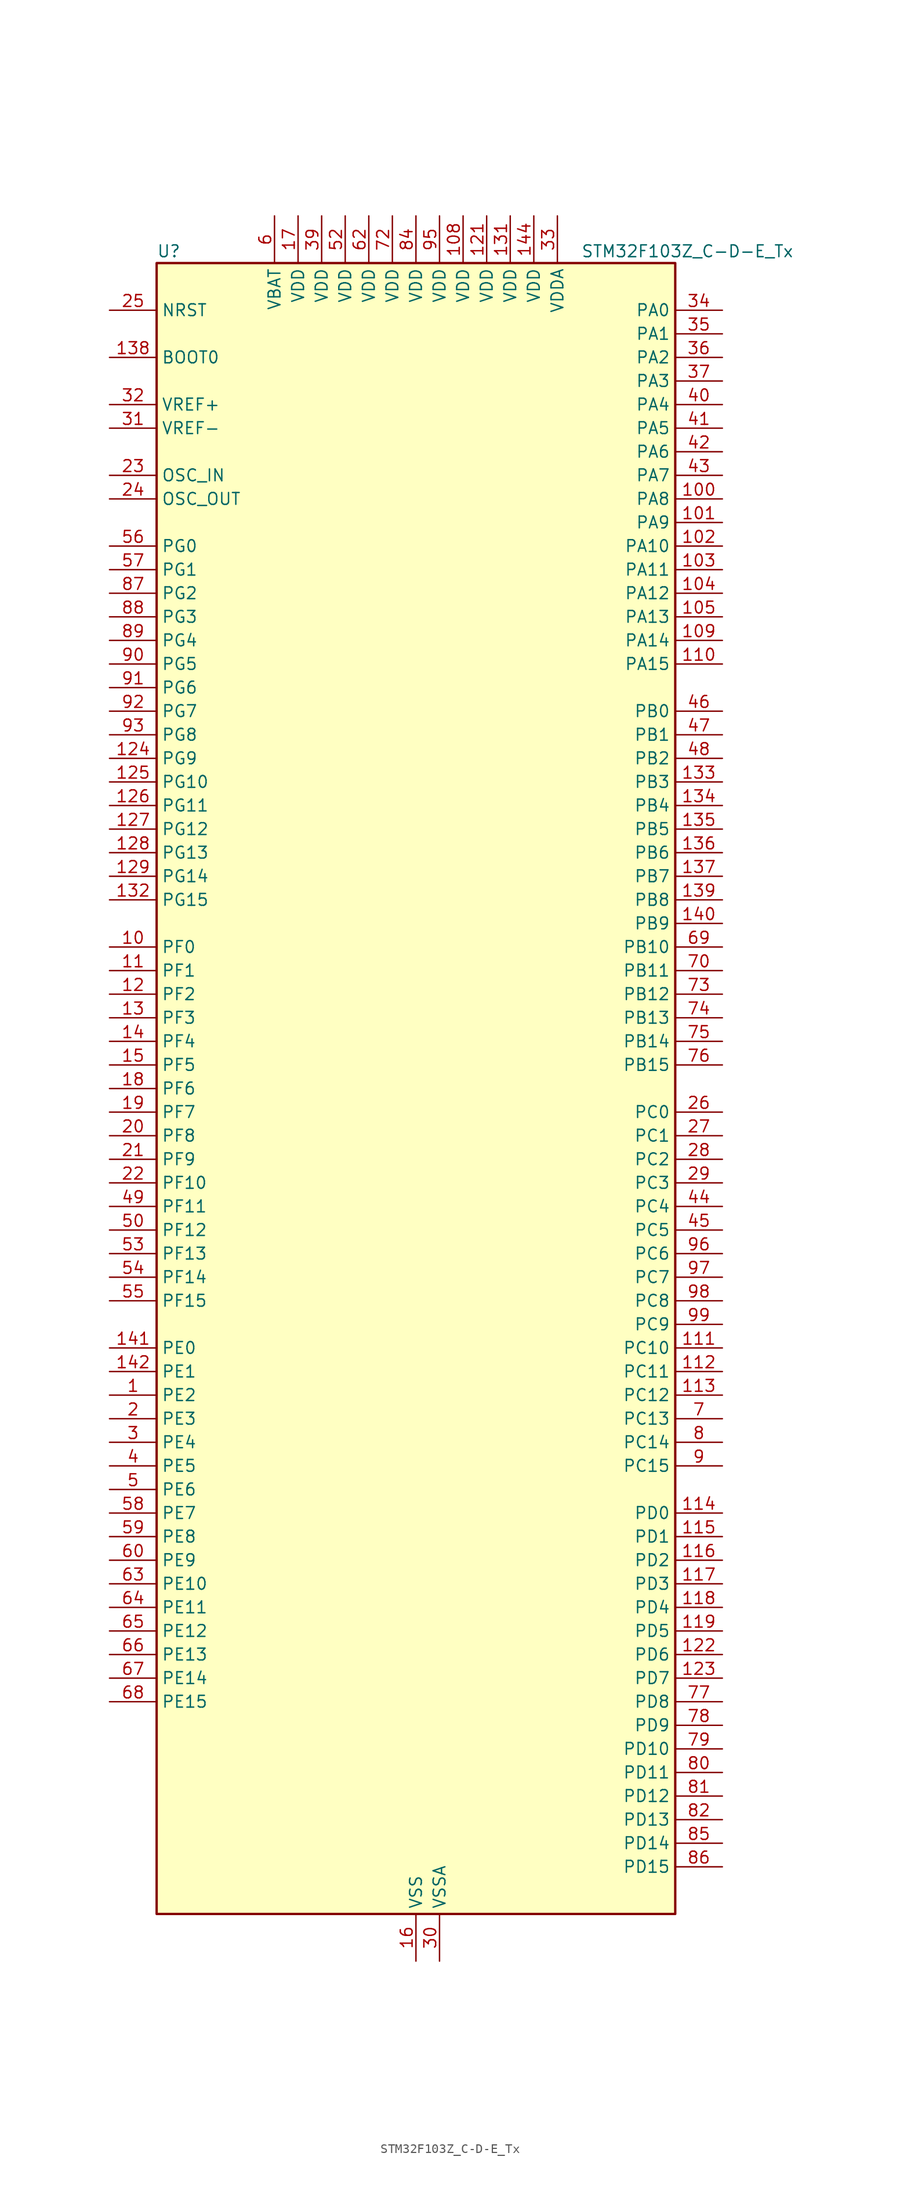
<source format=kicad_sym>
(kicad_symbol_lib
  (version 20241209)
  (generator "kicad_symbol_editor")
  (generator_version "9.0")
  (symbol "STM32F103Z_C-D-E_Tx"
    (property "Reference" "U"
      (at -27.94 90.17 0)
      (effects (font (size 1.27 1.27)) (justify left)))
    (property "Value" "STM32F103Z_C-D-E_Tx"
      (at 17.78 90.17 0)
      (effects (font (size 1.27 1.27)) (justify left)))
    (symbol "STM32F103Z_C-D-E_Tx_0_1"
      (rectangle (start -27.94 -88.9) (end 27.94 88.9) (stroke (width 0.254) (type default)) (fill (type background))))
    (symbol "STM32F103Z_C-D-E_Tx_1_1"
      (pin input line (at -33.02 83.82 0) (length 5.08) (name "NRST" (effects (font (size 1.27 1.27)))) (number "25" (effects (font (size 1.27 1.27)))))
      (pin input line (at -33.02 78.74 0) (length 5.08) (name "BOOT0" (effects (font (size 1.27 1.27)))) (number "138" (effects (font (size 1.27 1.27)))))
      (pin input line (at -33.02 73.66 0) (length 5.08) (name "VREF+" (effects (font (size 1.27 1.27)))) (number "32" (effects (font (size 1.27 1.27)))))
      (pin input line (at -33.02 71.12 0) (length 5.08) (name "VREF-" (effects (font (size 1.27 1.27)))) (number "31" (effects (font (size 1.27 1.27)))))
      (pin input line (at -33.02 66.04 0) (length 5.08) (name "OSC_IN" (effects (font (size 1.27 1.27)))) (number "23" (effects (font (size 1.27 1.27)))) (alternate "RCC_OSC_IN" bidirectional line))
      (pin input line (at -33.02 63.5 0) (length 5.08) (name "OSC_OUT" (effects (font (size 1.27 1.27)))) (number "24" (effects (font (size 1.27 1.27)))) (alternate "RCC_OSC_OUT" bidirectional line))
      (pin bidirectional line (at -33.02 58.42 0) (length 5.08) (name "PG0" (effects (font (size 1.27 1.27)))) (number "56" (effects (font (size 1.27 1.27)))) (alternate "FSMC_A10" bidirectional line))
      (pin bidirectional line (at -33.02 55.88 0) (length 5.08) (name "PG1" (effects (font (size 1.27 1.27)))) (number "57" (effects (font (size 1.27 1.27)))) (alternate "FSMC_A11" bidirectional line))
      (pin bidirectional line (at -33.02 53.34 0) (length 5.08) (name "PG2" (effects (font (size 1.27 1.27)))) (number "87" (effects (font (size 1.27 1.27)))) (alternate "FSMC_A12" bidirectional line))
      (pin bidirectional line (at -33.02 50.8 0) (length 5.08) (name "PG3" (effects (font (size 1.27 1.27)))) (number "88" (effects (font (size 1.27 1.27)))) (alternate "FSMC_A13" bidirectional line))
      (pin bidirectional line (at -33.02 48.26 0) (length 5.08) (name "PG4" (effects (font (size 1.27 1.27)))) (number "89" (effects (font (size 1.27 1.27)))) (alternate "FSMC_A14" bidirectional line))
      (pin bidirectional line (at -33.02 45.72 0) (length 5.08) (name "PG5" (effects (font (size 1.27 1.27)))) (number "90" (effects (font (size 1.27 1.27)))) (alternate "FSMC_A15" bidirectional line))
      (pin bidirectional line (at -33.02 43.18 0) (length 5.08) (name "PG6" (effects (font (size 1.27 1.27)))) (number "91" (effects (font (size 1.27 1.27)))) (alternate "FSMC_INT2" bidirectional line))
      (pin bidirectional line (at -33.02 40.64 0) (length 5.08) (name "PG7" (effects (font (size 1.27 1.27)))) (number "92" (effects (font (size 1.27 1.27)))) (alternate "FSMC_INT3" bidirectional line))
      (pin bidirectional line (at -33.02 38.1 0) (length 5.08) (name "PG8" (effects (font (size 1.27 1.27)))) (number "93" (effects (font (size 1.27 1.27)))))
      (pin bidirectional line (at -33.02 35.56 0) (length 5.08) (name "PG9" (effects (font (size 1.27 1.27)))) (number "124" (effects (font (size 1.27 1.27)))) (alternate "DAC_EXTI9" bidirectional line) (alternate "FSMC_NCE3" bidirectional line) (alternate "FSMC_NE2" bidirectional line))
      (pin bidirectional line (at -33.02 33.02 0) (length 5.08) (name "PG10" (effects (font (size 1.27 1.27)))) (number "125" (effects (font (size 1.27 1.27)))) (alternate "FSMC_NCE4_1" bidirectional line) (alternate "FSMC_NE3" bidirectional line))
      (pin bidirectional line (at -33.02 30.48 0) (length 5.08) (name "PG11" (effects (font (size 1.27 1.27)))) (number "126" (effects (font (size 1.27 1.27)))) (alternate "ADC1_EXTI11" bidirectional line) (alternate "ADC2_EXTI11" bidirectional line) (alternate "FSMC_NCE4_2" bidirectional line))
      (pin bidirectional line (at -33.02 27.94 0) (length 5.08) (name "PG12" (effects (font (size 1.27 1.27)))) (number "127" (effects (font (size 1.27 1.27)))) (alternate "FSMC_NE4" bidirectional line))
      (pin bidirectional line (at -33.02 25.4 0) (length 5.08) (name "PG13" (effects (font (size 1.27 1.27)))) (number "128" (effects (font (size 1.27 1.27)))) (alternate "FSMC_A24" bidirectional line))
      (pin bidirectional line (at -33.02 22.86 0) (length 5.08) (name "PG14" (effects (font (size 1.27 1.27)))) (number "129" (effects (font (size 1.27 1.27)))) (alternate "FSMC_A25" bidirectional line))
      (pin bidirectional line (at -33.02 20.32 0) (length 5.08) (name "PG15" (effects (font (size 1.27 1.27)))) (number "132" (effects (font (size 1.27 1.27)))) (alternate "ADC1_EXTI15" bidirectional line) (alternate "ADC2_EXTI15" bidirectional line))
      (pin bidirectional line (at -33.02 15.24 0) (length 5.08) (name "PF0" (effects (font (size 1.27 1.27)))) (number "10" (effects (font (size 1.27 1.27)))) (alternate "FSMC_A0" bidirectional line))
      (pin bidirectional line (at -33.02 12.7 0) (length 5.08) (name "PF1" (effects (font (size 1.27 1.27)))) (number "11" (effects (font (size 1.27 1.27)))) (alternate "FSMC_A1" bidirectional line))
      (pin bidirectional line (at -33.02 10.16 0) (length 5.08) (name "PF2" (effects (font (size 1.27 1.27)))) (number "12" (effects (font (size 1.27 1.27)))) (alternate "FSMC_A2" bidirectional line))
      (pin bidirectional line (at -33.02 7.62 0) (length 5.08) (name "PF3" (effects (font (size 1.27 1.27)))) (number "13" (effects (font (size 1.27 1.27)))) (alternate "FSMC_A3" bidirectional line))
      (pin bidirectional line (at -33.02 5.08 0) (length 5.08) (name "PF4" (effects (font (size 1.27 1.27)))) (number "14" (effects (font (size 1.27 1.27)))) (alternate "FSMC_A4" bidirectional line))
      (pin bidirectional line (at -33.02 2.54 0) (length 5.08) (name "PF5" (effects (font (size 1.27 1.27)))) (number "15" (effects (font (size 1.27 1.27)))) (alternate "FSMC_A5" bidirectional line))
      (pin bidirectional line (at -33.02 0 0) (length 5.08) (name "PF6" (effects (font (size 1.27 1.27)))) (number "18" (effects (font (size 1.27 1.27)))) (alternate "ADC3_IN4" bidirectional line) (alternate "FSMC_NIORD" bidirectional line))
      (pin bidirectional line (at -33.02 -2.54 0) (length 5.08) (name "PF7" (effects (font (size 1.27 1.27)))) (number "19" (effects (font (size 1.27 1.27)))) (alternate "ADC3_IN5" bidirectional line) (alternate "FSMC_NREG" bidirectional line))
      (pin bidirectional line (at -33.02 -5.08 0) (length 5.08) (name "PF8" (effects (font (size 1.27 1.27)))) (number "20" (effects (font (size 1.27 1.27)))) (alternate "ADC3_IN6" bidirectional line) (alternate "FSMC_NIOWR" bidirectional line))
      (pin bidirectional line (at -33.02 -7.62 0) (length 5.08) (name "PF9" (effects (font (size 1.27 1.27)))) (number "21" (effects (font (size 1.27 1.27)))) (alternate "ADC3_IN7" bidirectional line) (alternate "DAC_EXTI9" bidirectional line) (alternate "FSMC_CD" bidirectional line))
      (pin bidirectional line (at -33.02 -10.16 0) (length 5.08) (name "PF10" (effects (font (size 1.27 1.27)))) (number "22" (effects (font (size 1.27 1.27)))) (alternate "ADC3_IN8" bidirectional line) (alternate "FSMC_INTR" bidirectional line))
      (pin bidirectional line (at -33.02 -12.7 0) (length 5.08) (name "PF11" (effects (font (size 1.27 1.27)))) (number "49" (effects (font (size 1.27 1.27)))) (alternate "ADC1_EXTI11" bidirectional line) (alternate "ADC2_EXTI11" bidirectional line) (alternate "FSMC_NIOS16" bidirectional line))
      (pin bidirectional line (at -33.02 -15.24 0) (length 5.08) (name "PF12" (effects (font (size 1.27 1.27)))) (number "50" (effects (font (size 1.27 1.27)))) (alternate "FSMC_A6" bidirectional line))
      (pin bidirectional line (at -33.02 -17.78 0) (length 5.08) (name "PF13" (effects (font (size 1.27 1.27)))) (number "53" (effects (font (size 1.27 1.27)))) (alternate "FSMC_A7" bidirectional line))
      (pin bidirectional line (at -33.02 -20.32 0) (length 5.08) (name "PF14" (effects (font (size 1.27 1.27)))) (number "54" (effects (font (size 1.27 1.27)))) (alternate "FSMC_A8" bidirectional line))
      (pin bidirectional line (at -33.02 -22.86 0) (length 5.08) (name "PF15" (effects (font (size 1.27 1.27)))) (number "55" (effects (font (size 1.27 1.27)))) (alternate "ADC1_EXTI15" bidirectional line) (alternate "ADC2_EXTI15" bidirectional line) (alternate "FSMC_A9" bidirectional line))
      (pin bidirectional line (at -33.02 -27.94 0) (length 5.08) (name "PE0" (effects (font (size 1.27 1.27)))) (number "141" (effects (font (size 1.27 1.27)))) (alternate "FSMC_NBL0" bidirectional line) (alternate "TIM4_ETR" bidirectional line))
      (pin bidirectional line (at -33.02 -30.48 0) (length 5.08) (name "PE1" (effects (font (size 1.27 1.27)))) (number "142" (effects (font (size 1.27 1.27)))) (alternate "FSMC_NBL1" bidirectional line))
      (pin bidirectional line (at -33.02 -33.02 0) (length 5.08) (name "PE2" (effects (font (size 1.27 1.27)))) (number "1" (effects (font (size 1.27 1.27)))) (alternate "FSMC_A23" bidirectional line) (alternate "SYS_TRACECLK" bidirectional line))
      (pin bidirectional line (at -33.02 -35.56 0) (length 5.08) (name "PE3" (effects (font (size 1.27 1.27)))) (number "2" (effects (font (size 1.27 1.27)))) (alternate "FSMC_A19" bidirectional line) (alternate "SYS_TRACED0" bidirectional line))
      (pin bidirectional line (at -33.02 -38.1 0) (length 5.08) (name "PE4" (effects (font (size 1.27 1.27)))) (number "3" (effects (font (size 1.27 1.27)))) (alternate "FSMC_A20" bidirectional line) (alternate "SYS_TRACED1" bidirectional line))
      (pin bidirectional line (at -33.02 -40.64 0) (length 5.08) (name "PE5" (effects (font (size 1.27 1.27)))) (number "4" (effects (font (size 1.27 1.27)))) (alternate "FSMC_A21" bidirectional line) (alternate "SYS_TRACED2" bidirectional line))
      (pin bidirectional line (at -33.02 -43.18 0) (length 5.08) (name "PE6" (effects (font (size 1.27 1.27)))) (number "5" (effects (font (size 1.27 1.27)))) (alternate "FSMC_A22" bidirectional line) (alternate "SYS_TRACED3" bidirectional line))
      (pin bidirectional line (at -33.02 -45.72 0) (length 5.08) (name "PE7" (effects (font (size 1.27 1.27)))) (number "58" (effects (font (size 1.27 1.27)))) (alternate "FSMC_D4" bidirectional line) (alternate "FSMC_DA4" bidirectional line) (alternate "TIM1_ETR" bidirectional line))
      (pin bidirectional line (at -33.02 -48.26 0) (length 5.08) (name "PE8" (effects (font (size 1.27 1.27)))) (number "59" (effects (font (size 1.27 1.27)))) (alternate "FSMC_D5" bidirectional line) (alternate "FSMC_DA5" bidirectional line) (alternate "TIM1_CH1N" bidirectional line))
      (pin bidirectional line (at -33.02 -50.8 0) (length 5.08) (name "PE9" (effects (font (size 1.27 1.27)))) (number "60" (effects (font (size 1.27 1.27)))) (alternate "DAC_EXTI9" bidirectional line) (alternate "FSMC_D6" bidirectional line) (alternate "FSMC_DA6" bidirectional line) (alternate "TIM1_CH1" bidirectional line))
      (pin bidirectional line (at -33.02 -53.34 0) (length 5.08) (name "PE10" (effects (font (size 1.27 1.27)))) (number "63" (effects (font (size 1.27 1.27)))) (alternate "FSMC_D7" bidirectional line) (alternate "FSMC_DA7" bidirectional line) (alternate "TIM1_CH2N" bidirectional line))
      (pin bidirectional line (at -33.02 -55.88 0) (length 5.08) (name "PE11" (effects (font (size 1.27 1.27)))) (number "64" (effects (font (size 1.27 1.27)))) (alternate "ADC1_EXTI11" bidirectional line) (alternate "ADC2_EXTI11" bidirectional line) (alternate "FSMC_D8" bidirectional line) (alternate "FSMC_DA8" bidirectional line) (alternate "TIM1_CH2" bidirectional line))
      (pin bidirectional line (at -33.02 -58.42 0) (length 5.08) (name "PE12" (effects (font (size 1.27 1.27)))) (number "65" (effects (font (size 1.27 1.27)))) (alternate "FSMC_D9" bidirectional line) (alternate "FSMC_DA9" bidirectional line) (alternate "TIM1_CH3N" bidirectional line))
      (pin bidirectional line (at -33.02 -60.96 0) (length 5.08) (name "PE13" (effects (font (size 1.27 1.27)))) (number "66" (effects (font (size 1.27 1.27)))) (alternate "FSMC_D10" bidirectional line) (alternate "FSMC_DA10" bidirectional line) (alternate "TIM1_CH3" bidirectional line))
      (pin bidirectional line (at -33.02 -63.5 0) (length 5.08) (name "PE14" (effects (font (size 1.27 1.27)))) (number "67" (effects (font (size 1.27 1.27)))) (alternate "FSMC_D11" bidirectional line) (alternate "FSMC_DA11" bidirectional line) (alternate "TIM1_CH4" bidirectional line))
      (pin bidirectional line (at -33.02 -66.04 0) (length 5.08) (name "PE15" (effects (font (size 1.27 1.27)))) (number "68" (effects (font (size 1.27 1.27)))) (alternate "ADC1_EXTI15" bidirectional line) (alternate "ADC2_EXTI15" bidirectional line) (alternate "FSMC_D12" bidirectional line) (alternate "FSMC_DA12" bidirectional line) (alternate "TIM1_BKIN" bidirectional line))
      (pin no_connect line (at -27.94 -88.9 0) (length 5.08) (hide yes) (name "NC" (effects (font (size 1.27 1.27)))) (number "106" (effects (font (size 1.27 1.27)))))
      (pin power_in line (at -15.24 93.98 270) (length 5.08) (name "VBAT" (effects (font (size 1.27 1.27)))) (number "6" (effects (font (size 1.27 1.27)))))
      (pin power_in line (at -12.7 93.98 270) (length 5.08) (name "VDD" (effects (font (size 1.27 1.27)))) (number "17" (effects (font (size 1.27 1.27)))))
      (pin power_in line (at -10.16 93.98 270) (length 5.08) (name "VDD" (effects (font (size 1.27 1.27)))) (number "39" (effects (font (size 1.27 1.27)))))
      (pin power_in line (at -7.62 93.98 270) (length 5.08) (name "VDD" (effects (font (size 1.27 1.27)))) (number "52" (effects (font (size 1.27 1.27)))))
      (pin power_in line (at -5.08 93.98 270) (length 5.08) (name "VDD" (effects (font (size 1.27 1.27)))) (number "62" (effects (font (size 1.27 1.27)))))
      (pin power_in line (at -2.54 93.98 270) (length 5.08) (name "VDD" (effects (font (size 1.27 1.27)))) (number "72" (effects (font (size 1.27 1.27)))))
      (pin power_in line (at 0 93.98 270) (length 5.08) (name "VDD" (effects (font (size 1.27 1.27)))) (number "84" (effects (font (size 1.27 1.27)))))
      (pin passive line (at 0 -93.98 90) (length 5.08) (hide yes) (name "VSS" (effects (font (size 1.27 1.27)))) (number "107" (effects (font (size 1.27 1.27)))))
      (pin passive line (at 0 -93.98 90) (length 5.08) (hide yes) (name "VSS" (effects (font (size 1.27 1.27)))) (number "120" (effects (font (size 1.27 1.27)))))
      (pin passive line (at 0 -93.98 90) (length 5.08) (hide yes) (name "VSS" (effects (font (size 1.27 1.27)))) (number "130" (effects (font (size 1.27 1.27)))))
      (pin passive line (at 0 -93.98 90) (length 5.08) (hide yes) (name "VSS" (effects (font (size 1.27 1.27)))) (number "143" (effects (font (size 1.27 1.27)))))
      (pin power_in line (at 0 -93.98 90) (length 5.08) (name "VSS" (effects (font (size 1.27 1.27)))) (number "16" (effects (font (size 1.27 1.27)))))
      (pin passive line (at 0 -93.98 90) (length 5.08) (hide yes) (name "VSS" (effects (font (size 1.27 1.27)))) (number "38" (effects (font (size 1.27 1.27)))))
      (pin passive line (at 0 -93.98 90) (length 5.08) (hide yes) (name "VSS" (effects (font (size 1.27 1.27)))) (number "51" (effects (font (size 1.27 1.27)))))
      (pin passive line (at 0 -93.98 90) (length 5.08) (hide yes) (name "VSS" (effects (font (size 1.27 1.27)))) (number "61" (effects (font (size 1.27 1.27)))))
      (pin passive line (at 0 -93.98 90) (length 5.08) (hide yes) (name "VSS" (effects (font (size 1.27 1.27)))) (number "71" (effects (font (size 1.27 1.27)))))
      (pin passive line (at 0 -93.98 90) (length 5.08) (hide yes) (name "VSS" (effects (font (size 1.27 1.27)))) (number "83" (effects (font (size 1.27 1.27)))))
      (pin passive line (at 0 -93.98 90) (length 5.08) (hide yes) (name "VSS" (effects (font (size 1.27 1.27)))) (number "94" (effects (font (size 1.27 1.27)))))
      (pin power_in line (at 2.54 93.98 270) (length 5.08) (name "VDD" (effects (font (size 1.27 1.27)))) (number "95" (effects (font (size 1.27 1.27)))))
      (pin power_in line (at 2.54 -93.98 90) (length 5.08) (name "VSSA" (effects (font (size 1.27 1.27)))) (number "30" (effects (font (size 1.27 1.27)))))
      (pin power_in line (at 5.08 93.98 270) (length 5.08) (name "VDD" (effects (font (size 1.27 1.27)))) (number "108" (effects (font (size 1.27 1.27)))))
      (pin power_in line (at 7.62 93.98 270) (length 5.08) (name "VDD" (effects (font (size 1.27 1.27)))) (number "121" (effects (font (size 1.27 1.27)))))
      (pin power_in line (at 10.16 93.98 270) (length 5.08) (name "VDD" (effects (font (size 1.27 1.27)))) (number "131" (effects (font (size 1.27 1.27)))))
      (pin power_in line (at 12.7 93.98 270) (length 5.08) (name "VDD" (effects (font (size 1.27 1.27)))) (number "144" (effects (font (size 1.27 1.27)))))
      (pin power_in line (at 15.24 93.98 270) (length 5.08) (name "VDDA" (effects (font (size 1.27 1.27)))) (number "33" (effects (font (size 1.27 1.27)))))
      (pin bidirectional line (at 33.02 83.82 180) (length 5.08) (name "PA0" (effects (font (size 1.27 1.27)))) (number "34" (effects (font (size 1.27 1.27)))) (alternate "ADC1_IN0" bidirectional line) (alternate "ADC2_IN0" bidirectional line) (alternate "ADC3_IN0" bidirectional line) (alternate "SYS_WKUP" bidirectional line) (alternate "TIM2_CH1" bidirectional line) (alternate "TIM2_ETR" bidirectional line) (alternate "TIM5_CH1" bidirectional line) (alternate "TIM8_ETR" bidirectional line) (alternate "USART2_CTS" bidirectional line))
      (pin bidirectional line (at 33.02 81.28 180) (length 5.08) (name "PA1" (effects (font (size 1.27 1.27)))) (number "35" (effects (font (size 1.27 1.27)))) (alternate "ADC1_IN1" bidirectional line) (alternate "ADC2_IN1" bidirectional line) (alternate "ADC3_IN1" bidirectional line) (alternate "TIM2_CH2" bidirectional line) (alternate "TIM5_CH2" bidirectional line) (alternate "USART2_RTS" bidirectional line))
      (pin bidirectional line (at 33.02 78.74 180) (length 5.08) (name "PA2" (effects (font (size 1.27 1.27)))) (number "36" (effects (font (size 1.27 1.27)))) (alternate "ADC1_IN2" bidirectional line) (alternate "ADC2_IN2" bidirectional line) (alternate "ADC3_IN2" bidirectional line) (alternate "TIM2_CH3" bidirectional line) (alternate "TIM5_CH3" bidirectional line) (alternate "USART2_TX" bidirectional line))
      (pin bidirectional line (at 33.02 76.2 180) (length 5.08) (name "PA3" (effects (font (size 1.27 1.27)))) (number "37" (effects (font (size 1.27 1.27)))) (alternate "ADC1_IN3" bidirectional line) (alternate "ADC2_IN3" bidirectional line) (alternate "ADC3_IN3" bidirectional line) (alternate "TIM2_CH4" bidirectional line) (alternate "TIM5_CH4" bidirectional line) (alternate "USART2_RX" bidirectional line))
      (pin bidirectional line (at 33.02 73.66 180) (length 5.08) (name "PA4" (effects (font (size 1.27 1.27)))) (number "40" (effects (font (size 1.27 1.27)))) (alternate "ADC1_IN4" bidirectional line) (alternate "ADC2_IN4" bidirectional line) (alternate "DAC_OUT1" bidirectional line) (alternate "SPI1_NSS" bidirectional line) (alternate "USART2_CK" bidirectional line))
      (pin bidirectional line (at 33.02 71.12 180) (length 5.08) (name "PA5" (effects (font (size 1.27 1.27)))) (number "41" (effects (font (size 1.27 1.27)))) (alternate "ADC1_IN5" bidirectional line) (alternate "ADC2_IN5" bidirectional line) (alternate "DAC_OUT2" bidirectional line) (alternate "SPI1_SCK" bidirectional line))
      (pin bidirectional line (at 33.02 68.58 180) (length 5.08) (name "PA6" (effects (font (size 1.27 1.27)))) (number "42" (effects (font (size 1.27 1.27)))) (alternate "ADC1_IN6" bidirectional line) (alternate "ADC2_IN6" bidirectional line) (alternate "SPI1_MISO" bidirectional line) (alternate "TIM1_BKIN" bidirectional line) (alternate "TIM3_CH1" bidirectional line) (alternate "TIM8_BKIN" bidirectional line))
      (pin bidirectional line (at 33.02 66.04 180) (length 5.08) (name "PA7" (effects (font (size 1.27 1.27)))) (number "43" (effects (font (size 1.27 1.27)))) (alternate "ADC1_IN7" bidirectional line) (alternate "ADC2_IN7" bidirectional line) (alternate "SPI1_MOSI" bidirectional line) (alternate "TIM1_CH1N" bidirectional line) (alternate "TIM3_CH2" bidirectional line) (alternate "TIM8_CH1N" bidirectional line))
      (pin bidirectional line (at 33.02 63.5 180) (length 5.08) (name "PA8" (effects (font (size 1.27 1.27)))) (number "100" (effects (font (size 1.27 1.27)))) (alternate "RCC_MCO" bidirectional line) (alternate "TIM1_CH1" bidirectional line) (alternate "USART1_CK" bidirectional line))
      (pin bidirectional line (at 33.02 60.96 180) (length 5.08) (name "PA9" (effects (font (size 1.27 1.27)))) (number "101" (effects (font (size 1.27 1.27)))) (alternate "DAC_EXTI9" bidirectional line) (alternate "TIM1_CH2" bidirectional line) (alternate "USART1_TX" bidirectional line))
      (pin bidirectional line (at 33.02 58.42 180) (length 5.08) (name "PA10" (effects (font (size 1.27 1.27)))) (number "102" (effects (font (size 1.27 1.27)))) (alternate "TIM1_CH3" bidirectional line) (alternate "USART1_RX" bidirectional line))
      (pin bidirectional line (at 33.02 55.88 180) (length 5.08) (name "PA11" (effects (font (size 1.27 1.27)))) (number "103" (effects (font (size 1.27 1.27)))) (alternate "ADC1_EXTI11" bidirectional line) (alternate "ADC2_EXTI11" bidirectional line) (alternate "CAN_RX" bidirectional line) (alternate "TIM1_CH4" bidirectional line) (alternate "USART1_CTS" bidirectional line) (alternate "USB_DM" bidirectional line))
      (pin bidirectional line (at 33.02 53.34 180) (length 5.08) (name "PA12" (effects (font (size 1.27 1.27)))) (number "104" (effects (font (size 1.27 1.27)))) (alternate "CAN_TX" bidirectional line) (alternate "TIM1_ETR" bidirectional line) (alternate "USART1_RTS" bidirectional line) (alternate "USB_DP" bidirectional line))
      (pin bidirectional line (at 33.02 50.8 180) (length 5.08) (name "PA13" (effects (font (size 1.27 1.27)))) (number "105" (effects (font (size 1.27 1.27)))) (alternate "SYS_JTMS-SWDIO" bidirectional line))
      (pin bidirectional line (at 33.02 48.26 180) (length 5.08) (name "PA14" (effects (font (size 1.27 1.27)))) (number "109" (effects (font (size 1.27 1.27)))) (alternate "SYS_JTCK-SWCLK" bidirectional line))
      (pin bidirectional line (at 33.02 45.72 180) (length 5.08) (name "PA15" (effects (font (size 1.27 1.27)))) (number "110" (effects (font (size 1.27 1.27)))) (alternate "ADC1_EXTI15" bidirectional line) (alternate "ADC2_EXTI15" bidirectional line) (alternate "I2S3_WS" bidirectional line) (alternate "SPI1_NSS" bidirectional line) (alternate "SPI3_NSS" bidirectional line) (alternate "SYS_JTDI" bidirectional line) (alternate "TIM2_CH1" bidirectional line) (alternate "TIM2_ETR" bidirectional line))
      (pin bidirectional line (at 33.02 40.64 180) (length 5.08) (name "PB0" (effects (font (size 1.27 1.27)))) (number "46" (effects (font (size 1.27 1.27)))) (alternate "ADC1_IN8" bidirectional line) (alternate "ADC2_IN8" bidirectional line) (alternate "TIM1_CH2N" bidirectional line) (alternate "TIM3_CH3" bidirectional line) (alternate "TIM8_CH2N" bidirectional line))
      (pin bidirectional line (at 33.02 38.1 180) (length 5.08) (name "PB1" (effects (font (size 1.27 1.27)))) (number "47" (effects (font (size 1.27 1.27)))) (alternate "ADC1_IN9" bidirectional line) (alternate "ADC2_IN9" bidirectional line) (alternate "TIM1_CH3N" bidirectional line) (alternate "TIM3_CH4" bidirectional line) (alternate "TIM8_CH3N" bidirectional line))
      (pin bidirectional line (at 33.02 35.56 180) (length 5.08) (name "PB2" (effects (font (size 1.27 1.27)))) (number "48" (effects (font (size 1.27 1.27)))))
      (pin bidirectional line (at 33.02 33.02 180) (length 5.08) (name "PB3" (effects (font (size 1.27 1.27)))) (number "133" (effects (font (size 1.27 1.27)))) (alternate "I2S3_CK" bidirectional line) (alternate "SPI1_SCK" bidirectional line) (alternate "SPI3_SCK" bidirectional line) (alternate "SYS_JTDO-TRACESWO" bidirectional line) (alternate "TIM2_CH2" bidirectional line))
      (pin bidirectional line (at 33.02 30.48 180) (length 5.08) (name "PB4" (effects (font (size 1.27 1.27)))) (number "134" (effects (font (size 1.27 1.27)))) (alternate "SPI1_MISO" bidirectional line) (alternate "SPI3_MISO" bidirectional line) (alternate "SYS_NJTRST" bidirectional line) (alternate "TIM3_CH1" bidirectional line))
      (pin bidirectional line (at 33.02 27.94 180) (length 5.08) (name "PB5" (effects (font (size 1.27 1.27)))) (number "135" (effects (font (size 1.27 1.27)))) (alternate "I2C1_SMBA" bidirectional line) (alternate "I2S3_SD" bidirectional line) (alternate "SPI1_MOSI" bidirectional line) (alternate "SPI3_MOSI" bidirectional line) (alternate "TIM3_CH2" bidirectional line))
      (pin bidirectional line (at 33.02 25.4 180) (length 5.08) (name "PB6" (effects (font (size 1.27 1.27)))) (number "136" (effects (font (size 1.27 1.27)))) (alternate "I2C1_SCL" bidirectional line) (alternate "TIM4_CH1" bidirectional line) (alternate "USART1_TX" bidirectional line))
      (pin bidirectional line (at 33.02 22.86 180) (length 5.08) (name "PB7" (effects (font (size 1.27 1.27)))) (number "137" (effects (font (size 1.27 1.27)))) (alternate "FSMC_NL" bidirectional line) (alternate "I2C1_SDA" bidirectional line) (alternate "TIM4_CH2" bidirectional line) (alternate "USART1_RX" bidirectional line))
      (pin bidirectional line (at 33.02 20.32 180) (length 5.08) (name "PB8" (effects (font (size 1.27 1.27)))) (number "139" (effects (font (size 1.27 1.27)))) (alternate "CAN_RX" bidirectional line) (alternate "I2C1_SCL" bidirectional line) (alternate "SDIO_D4" bidirectional line) (alternate "TIM4_CH3" bidirectional line))
      (pin bidirectional line (at 33.02 17.78 180) (length 5.08) (name "PB9" (effects (font (size 1.27 1.27)))) (number "140" (effects (font (size 1.27 1.27)))) (alternate "CAN_TX" bidirectional line) (alternate "DAC_EXTI9" bidirectional line) (alternate "I2C1_SDA" bidirectional line) (alternate "SDIO_D5" bidirectional line) (alternate "TIM4_CH4" bidirectional line))
      (pin bidirectional line (at 33.02 15.24 180) (length 5.08) (name "PB10" (effects (font (size 1.27 1.27)))) (number "69" (effects (font (size 1.27 1.27)))) (alternate "I2C2_SCL" bidirectional line) (alternate "TIM2_CH3" bidirectional line) (alternate "USART3_TX" bidirectional line))
      (pin bidirectional line (at 33.02 12.7 180) (length 5.08) (name "PB11" (effects (font (size 1.27 1.27)))) (number "70" (effects (font (size 1.27 1.27)))) (alternate "ADC1_EXTI11" bidirectional line) (alternate "ADC2_EXTI11" bidirectional line) (alternate "I2C2_SDA" bidirectional line) (alternate "TIM2_CH4" bidirectional line) (alternate "USART3_RX" bidirectional line))
      (pin bidirectional line (at 33.02 10.16 180) (length 5.08) (name "PB12" (effects (font (size 1.27 1.27)))) (number "73" (effects (font (size 1.27 1.27)))) (alternate "I2C2_SMBA" bidirectional line) (alternate "I2S2_WS" bidirectional line) (alternate "SPI2_NSS" bidirectional line) (alternate "TIM1_BKIN" bidirectional line) (alternate "USART3_CK" bidirectional line))
      (pin bidirectional line (at 33.02 7.62 180) (length 5.08) (name "PB13" (effects (font (size 1.27 1.27)))) (number "74" (effects (font (size 1.27 1.27)))) (alternate "I2S2_CK" bidirectional line) (alternate "SPI2_SCK" bidirectional line) (alternate "TIM1_CH1N" bidirectional line) (alternate "USART3_CTS" bidirectional line))
      (pin bidirectional line (at 33.02 5.08 180) (length 5.08) (name "PB14" (effects (font (size 1.27 1.27)))) (number "75" (effects (font (size 1.27 1.27)))) (alternate "SPI2_MISO" bidirectional line) (alternate "TIM1_CH2N" bidirectional line) (alternate "USART3_RTS" bidirectional line))
      (pin bidirectional line (at 33.02 2.54 180) (length 5.08) (name "PB15" (effects (font (size 1.27 1.27)))) (number "76" (effects (font (size 1.27 1.27)))) (alternate "ADC1_EXTI15" bidirectional line) (alternate "ADC2_EXTI15" bidirectional line) (alternate "I2S2_SD" bidirectional line) (alternate "SPI2_MOSI" bidirectional line) (alternate "TIM1_CH3N" bidirectional line))
      (pin bidirectional line (at 33.02 -2.54 180) (length 5.08) (name "PC0" (effects (font (size 1.27 1.27)))) (number "26" (effects (font (size 1.27 1.27)))) (alternate "ADC1_IN10" bidirectional line) (alternate "ADC2_IN10" bidirectional line) (alternate "ADC3_IN10" bidirectional line))
      (pin bidirectional line (at 33.02 -5.08 180) (length 5.08) (name "PC1" (effects (font (size 1.27 1.27)))) (number "27" (effects (font (size 1.27 1.27)))) (alternate "ADC1_IN11" bidirectional line) (alternate "ADC2_IN11" bidirectional line) (alternate "ADC3_IN11" bidirectional line))
      (pin bidirectional line (at 33.02 -7.62 180) (length 5.08) (name "PC2" (effects (font (size 1.27 1.27)))) (number "28" (effects (font (size 1.27 1.27)))) (alternate "ADC1_IN12" bidirectional line) (alternate "ADC2_IN12" bidirectional line) (alternate "ADC3_IN12" bidirectional line))
      (pin bidirectional line (at 33.02 -10.16 180) (length 5.08) (name "PC3" (effects (font (size 1.27 1.27)))) (number "29" (effects (font (size 1.27 1.27)))) (alternate "ADC1_IN13" bidirectional line) (alternate "ADC2_IN13" bidirectional line) (alternate "ADC3_IN13" bidirectional line))
      (pin bidirectional line (at 33.02 -12.7 180) (length 5.08) (name "PC4" (effects (font (size 1.27 1.27)))) (number "44" (effects (font (size 1.27 1.27)))) (alternate "ADC1_IN14" bidirectional line) (alternate "ADC2_IN14" bidirectional line))
      (pin bidirectional line (at 33.02 -15.24 180) (length 5.08) (name "PC5" (effects (font (size 1.27 1.27)))) (number "45" (effects (font (size 1.27 1.27)))) (alternate "ADC1_IN15" bidirectional line) (alternate "ADC2_IN15" bidirectional line))
      (pin bidirectional line (at 33.02 -17.78 180) (length 5.08) (name "PC6" (effects (font (size 1.27 1.27)))) (number "96" (effects (font (size 1.27 1.27)))) (alternate "I2S2_MCK" bidirectional line) (alternate "SDIO_D6" bidirectional line) (alternate "TIM3_CH1" bidirectional line) (alternate "TIM8_CH1" bidirectional line))
      (pin bidirectional line (at 33.02 -20.32 180) (length 5.08) (name "PC7" (effects (font (size 1.27 1.27)))) (number "97" (effects (font (size 1.27 1.27)))) (alternate "I2S3_MCK" bidirectional line) (alternate "SDIO_D7" bidirectional line) (alternate "TIM3_CH2" bidirectional line) (alternate "TIM8_CH2" bidirectional line))
      (pin bidirectional line (at 33.02 -22.86 180) (length 5.08) (name "PC8" (effects (font (size 1.27 1.27)))) (number "98" (effects (font (size 1.27 1.27)))) (alternate "SDIO_D0" bidirectional line) (alternate "TIM3_CH3" bidirectional line) (alternate "TIM8_CH3" bidirectional line))
      (pin bidirectional line (at 33.02 -25.4 180) (length 5.08) (name "PC9" (effects (font (size 1.27 1.27)))) (number "99" (effects (font (size 1.27 1.27)))) (alternate "DAC_EXTI9" bidirectional line) (alternate "SDIO_D1" bidirectional line) (alternate "TIM3_CH4" bidirectional line) (alternate "TIM8_CH4" bidirectional line))
      (pin bidirectional line (at 33.02 -27.94 180) (length 5.08) (name "PC10" (effects (font (size 1.27 1.27)))) (number "111" (effects (font (size 1.27 1.27)))) (alternate "SDIO_D2" bidirectional line) (alternate "UART4_TX" bidirectional line) (alternate "USART3_TX" bidirectional line))
      (pin bidirectional line (at 33.02 -30.48 180) (length 5.08) (name "PC11" (effects (font (size 1.27 1.27)))) (number "112" (effects (font (size 1.27 1.27)))) (alternate "ADC1_EXTI11" bidirectional line) (alternate "ADC2_EXTI11" bidirectional line) (alternate "SDIO_D3" bidirectional line) (alternate "UART4_RX" bidirectional line) (alternate "USART3_RX" bidirectional line))
      (pin bidirectional line (at 33.02 -33.02 180) (length 5.08) (name "PC12" (effects (font (size 1.27 1.27)))) (number "113" (effects (font (size 1.27 1.27)))) (alternate "SDIO_CK" bidirectional line) (alternate "UART5_TX" bidirectional line) (alternate "USART3_CK" bidirectional line))
      (pin bidirectional line (at 33.02 -35.56 180) (length 5.08) (name "PC13" (effects (font (size 1.27 1.27)))) (number "7" (effects (font (size 1.27 1.27)))) (alternate "RTC_OUT" bidirectional line) (alternate "RTC_TAMPER" bidirectional line))
      (pin bidirectional line (at 33.02 -38.1 180) (length 5.08) (name "PC14" (effects (font (size 1.27 1.27)))) (number "8" (effects (font (size 1.27 1.27)))) (alternate "RCC_OSC32_IN" bidirectional line))
      (pin bidirectional line (at 33.02 -40.64 180) (length 5.08) (name "PC15" (effects (font (size 1.27 1.27)))) (number "9" (effects (font (size 1.27 1.27)))) (alternate "ADC1_EXTI15" bidirectional line) (alternate "ADC2_EXTI15" bidirectional line) (alternate "RCC_OSC32_OUT" bidirectional line))
      (pin bidirectional line (at 33.02 -45.72 180) (length 5.08) (name "PD0" (effects (font (size 1.27 1.27)))) (number "114" (effects (font (size 1.27 1.27)))) (alternate "CAN_RX" bidirectional line) (alternate "FSMC_D2" bidirectional line) (alternate "FSMC_DA2" bidirectional line))
      (pin bidirectional line (at 33.02 -48.26 180) (length 5.08) (name "PD1" (effects (font (size 1.27 1.27)))) (number "115" (effects (font (size 1.27 1.27)))) (alternate "CAN_TX" bidirectional line) (alternate "FSMC_D3" bidirectional line) (alternate "FSMC_DA3" bidirectional line))
      (pin bidirectional line (at 33.02 -50.8 180) (length 5.08) (name "PD2" (effects (font (size 1.27 1.27)))) (number "116" (effects (font (size 1.27 1.27)))) (alternate "SDIO_CMD" bidirectional line) (alternate "TIM3_ETR" bidirectional line) (alternate "UART5_RX" bidirectional line))
      (pin bidirectional line (at 33.02 -53.34 180) (length 5.08) (name "PD3" (effects (font (size 1.27 1.27)))) (number "117" (effects (font (size 1.27 1.27)))) (alternate "FSMC_CLK" bidirectional line) (alternate "USART2_CTS" bidirectional line))
      (pin bidirectional line (at 33.02 -55.88 180) (length 5.08) (name "PD4" (effects (font (size 1.27 1.27)))) (number "118" (effects (font (size 1.27 1.27)))) (alternate "FSMC_NOE" bidirectional line) (alternate "USART2_RTS" bidirectional line))
      (pin bidirectional line (at 33.02 -58.42 180) (length 5.08) (name "PD5" (effects (font (size 1.27 1.27)))) (number "119" (effects (font (size 1.27 1.27)))) (alternate "FSMC_NWE" bidirectional line) (alternate "USART2_TX" bidirectional line))
      (pin bidirectional line (at 33.02 -60.96 180) (length 5.08) (name "PD6" (effects (font (size 1.27 1.27)))) (number "122" (effects (font (size 1.27 1.27)))) (alternate "FSMC_NWAIT" bidirectional line) (alternate "USART2_RX" bidirectional line))
      (pin bidirectional line (at 33.02 -63.5 180) (length 5.08) (name "PD7" (effects (font (size 1.27 1.27)))) (number "123" (effects (font (size 1.27 1.27)))) (alternate "FSMC_NCE2" bidirectional line) (alternate "FSMC_NE1" bidirectional line) (alternate "USART2_CK" bidirectional line))
      (pin bidirectional line (at 33.02 -66.04 180) (length 5.08) (name "PD8" (effects (font (size 1.27 1.27)))) (number "77" (effects (font (size 1.27 1.27)))) (alternate "FSMC_D13" bidirectional line) (alternate "FSMC_DA13" bidirectional line) (alternate "USART3_TX" bidirectional line))
      (pin bidirectional line (at 33.02 -68.58 180) (length 5.08) (name "PD9" (effects (font (size 1.27 1.27)))) (number "78" (effects (font (size 1.27 1.27)))) (alternate "DAC_EXTI9" bidirectional line) (alternate "FSMC_D14" bidirectional line) (alternate "FSMC_DA14" bidirectional line) (alternate "USART3_RX" bidirectional line))
      (pin bidirectional line (at 33.02 -71.12 180) (length 5.08) (name "PD10" (effects (font (size 1.27 1.27)))) (number "79" (effects (font (size 1.27 1.27)))) (alternate "FSMC_D15" bidirectional line) (alternate "FSMC_DA15" bidirectional line) (alternate "USART3_CK" bidirectional line))
      (pin bidirectional line (at 33.02 -73.66 180) (length 5.08) (name "PD11" (effects (font (size 1.27 1.27)))) (number "80" (effects (font (size 1.27 1.27)))) (alternate "ADC1_EXTI11" bidirectional line) (alternate "ADC2_EXTI11" bidirectional line) (alternate "FSMC_A16" bidirectional line) (alternate "FSMC_CLE" bidirectional line) (alternate "USART3_CTS" bidirectional line))
      (pin bidirectional line (at 33.02 -76.2 180) (length 5.08) (name "PD12" (effects (font (size 1.27 1.27)))) (number "81" (effects (font (size 1.27 1.27)))) (alternate "FSMC_A17" bidirectional line) (alternate "FSMC_ALE" bidirectional line) (alternate "TIM4_CH1" bidirectional line) (alternate "USART3_RTS" bidirectional line))
      (pin bidirectional line (at 33.02 -78.74 180) (length 5.08) (name "PD13" (effects (font (size 1.27 1.27)))) (number "82" (effects (font (size 1.27 1.27)))) (alternate "FSMC_A18" bidirectional line) (alternate "TIM4_CH2" bidirectional line))
      (pin bidirectional line (at 33.02 -81.28 180) (length 5.08) (name "PD14" (effects (font (size 1.27 1.27)))) (number "85" (effects (font (size 1.27 1.27)))) (alternate "FSMC_D0" bidirectional line) (alternate "FSMC_DA0" bidirectional line) (alternate "TIM4_CH3" bidirectional line))
      (pin bidirectional line (at 33.02 -83.82 180) (length 5.08) (name "PD15" (effects (font (size 1.27 1.27)))) (number "86" (effects (font (size 1.27 1.27)))) (alternate "ADC1_EXTI15" bidirectional line) (alternate "ADC2_EXTI15" bidirectional line) (alternate "FSMC_D1" bidirectional line) (alternate "FSMC_DA1" bidirectional line) (alternate "TIM4_CH4" bidirectional line)))))
</source>
